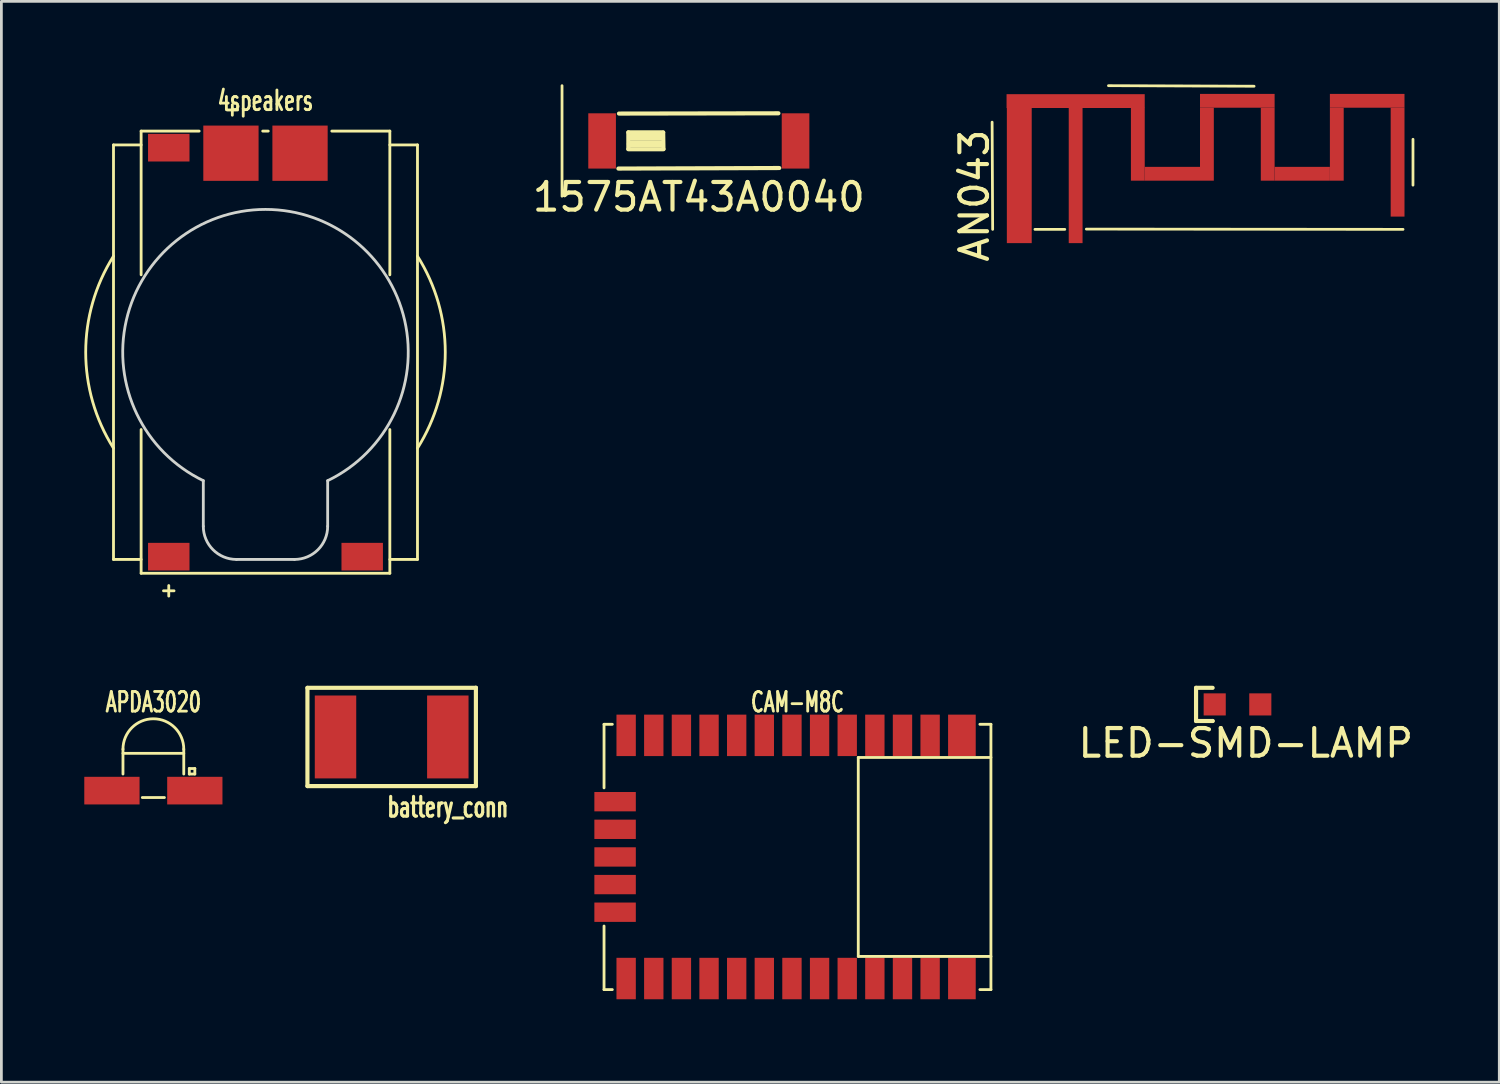
<source format=kicad_pcb>
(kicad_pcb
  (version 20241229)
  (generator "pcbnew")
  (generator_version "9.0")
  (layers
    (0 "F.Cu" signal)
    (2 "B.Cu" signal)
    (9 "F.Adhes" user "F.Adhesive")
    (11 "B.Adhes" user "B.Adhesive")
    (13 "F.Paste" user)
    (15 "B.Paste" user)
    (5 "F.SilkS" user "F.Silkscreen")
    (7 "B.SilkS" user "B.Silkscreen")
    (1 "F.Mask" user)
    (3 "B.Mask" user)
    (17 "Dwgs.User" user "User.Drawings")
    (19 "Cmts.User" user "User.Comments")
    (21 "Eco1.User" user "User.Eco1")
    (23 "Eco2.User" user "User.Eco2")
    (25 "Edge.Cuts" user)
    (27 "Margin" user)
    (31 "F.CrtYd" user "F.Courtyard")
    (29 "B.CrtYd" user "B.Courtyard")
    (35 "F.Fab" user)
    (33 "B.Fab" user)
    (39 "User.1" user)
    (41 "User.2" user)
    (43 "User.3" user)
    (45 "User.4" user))
  (footprint "battery_conn"
    (layer "F.Cu")
    (at 11.123 23.618)
    (property "Reference" "battery_conn" (at 2.032 2.54 0) (layer "F.SilkS") (effects (font (size 0.711 0.457) (thickness 0.114))))
    (attr through_hole)
    (fp_line (start -3.048 -1.778) (end 3.048 -1.778) (stroke (width 0.15) (type solid)) (layer "F.SilkS"))
    (fp_line (start -3.048 1.778) (end -3.048 -1.778) (stroke (width 0.15) (type solid)) (layer "F.SilkS"))
    (fp_line (start 3.048 -1.778) (end 3.048 -1.778) (stroke (width 0.15) (type solid)) (layer "F.SilkS"))
    (fp_line (start 3.048 -1.778) (end 3.048 1.778) (stroke (width 0.15) (type solid)) (layer "F.SilkS"))
    (fp_line (start 3.048 1.778) (end -3.048 1.778) (stroke (width 0.15) (type solid)) (layer "F.SilkS"))
    (pad "1" smd rect (at -2.032 0) (size 1.5 3) (layers "F.Cu" "F.Mask" "F.Paste"))
    (pad "2" smd rect (at 2.032 0) (size 1.5 3) (layers "F.Cu" "F.Mask" "F.Paste")))
  (footprint "APDA3020"
    (layer "F.Cu")
    (at 2.5 25.56)
    (property "Reference" "APDA3020" (at 0 -3.2 0) (layer "F.SilkS") (effects (font (size 0.711 0.457) (thickness 0.102))))
    (attr through_hole)
    (fp_line (start -1.1 -1.35) (end 1.1 -1.35) (stroke (width 0.102) (type solid)) (layer "F.SilkS"))
    (fp_line (start -1.1 -0.6) (end -1.1 -1.5) (stroke (width 0.102) (type solid)) (layer "F.SilkS"))
    (fp_line (start -0.4 0.25) (end 0.4 0.25) (stroke (width 0.102) (type solid)) (layer "F.SilkS"))
    (fp_line (start 1.1 -1.5) (end 1.1 -0.6) (stroke (width 0.102) (type solid)) (layer "F.SilkS"))
    (fp_line (start 1.3 -0.8) (end 1.5 -0.8) (stroke (width 0.102) (type solid)) (layer "F.SilkS"))
    (fp_line (start 1.3 -0.6) (end 1.3 -0.8) (stroke (width 0.102) (type solid)) (layer "F.SilkS"))
    (fp_line (start 1.5 -0.8) (end 1.5 -0.6) (stroke (width 0.102) (type solid)) (layer "F.SilkS"))
    (fp_line (start 1.5 -0.6) (end 1.3 -0.6) (stroke (width 0.102) (type solid)) (layer "F.SilkS"))
    (fp_arc (start -1.1 -1.5) (mid 0 -2.6) (end 1.1 -1.5) (stroke (width 0.1016) (type solid)) (layer "F.SilkS"))
    (pad "1" smd rect (at -1.5 0) (size 2 1) (layers "F.Cu" "F.Mask" "F.Paste"))
    (pad "2" smd rect (at 1.5 0) (size 2 1) (layers "F.Cu" "F.Mask" "F.Paste")))
  (footprint "4speakers"
    (layer "F.Cu")
    (at 6.557 9.694)
    (property "Reference" "4speakers" (at 0 -9.1 0) (layer "F.SilkS") (effects (font (size 0.711 0.457) (thickness 0.102))))
    (attr through_hole)
    (fp_line (start -5.5 -7.5) (end -4.5 -7.5) (stroke (width 0.102) (type solid)) (layer "F.SilkS"))
    (fp_line (start -5.5 7.5) (end -5.5 -7.5) (stroke (width 0.102) (type solid)) (layer "F.SilkS"))
    (fp_line (start -4.5 -8) (end -4.5 -2.8) (stroke (width 0.102) (type solid)) (layer "F.SilkS"))
    (fp_line (start -4.5 -8) (end -2.4 -8) (stroke (width 0.102) (type solid)) (layer "F.SilkS"))
    (fp_line (start -4.5 7.5) (end -5.5 7.5) (stroke (width 0.102) (type solid)) (layer "F.SilkS"))
    (fp_line (start -4.5 8) (end -4.5 2.8) (stroke (width 0.102) (type solid)) (layer "F.SilkS"))
    (fp_line (start -4.5 8) (end 4.5 8) (stroke (width 0.102) (type solid)) (layer "F.SilkS"))
    (fp_line (start -0.1 -8) (end 0.1 -8) (stroke (width 0.102) (type solid)) (layer "F.SilkS"))
    (fp_line (start 4.5 -8) (end 2.4 -8) (stroke (width 0.102) (type solid)) (layer "F.SilkS"))
    (fp_line (start 4.5 -8) (end 4.5 -2.8) (stroke (width 0.102) (type solid)) (layer "F.SilkS"))
    (fp_line (start 4.5 -7.5) (end 5.5 -7.5) (stroke (width 0.102) (type solid)) (layer "F.SilkS"))
    (fp_line (start 4.5 8) (end 4.5 2.8) (stroke (width 0.102) (type solid)) (layer "F.SilkS"))
    (fp_line (start 5.5 -7.5) (end 5.5 7.5) (stroke (width 0.102) (type solid)) (layer "F.SilkS"))
    (fp_line (start 5.5 7.5) (end 4.5 7.5) (stroke (width 0.102) (type solid)) (layer "F.SilkS"))
    (fp_arc (start -5.5 3.475) (mid -6.505815 0) (end -5.5 -3.475) (stroke (width 0.1016) (type solid)) (layer "F.SilkS"))
    (fp_arc (start 5.5 -3.475) (mid 6.505815 0) (end 5.5 3.475) (stroke (width 0.1016) (type solid)) (layer "F.SilkS"))
    (fp_line (start -2.25 4.65) (end -2.25 6.3) (stroke (width 0.102) (type solid)) (layer "Edge.Cuts"))
    (fp_line (start -1.05 7.5) (end 1.05 7.5) (stroke (width 0.102) (type solid)) (layer "Edge.Cuts"))
    (fp_line (start 2.25 4.65) (end 2.25 6.3) (stroke (width 0.102) (type solid)) (layer "Edge.Cuts"))
    (fp_arc (start -2.25 4.65) (mid 0 -5.165753) (end 2.25 4.65) (stroke (width 0.1016) (type solid)) (layer "Edge.Cuts"))
    (fp_arc (start -1.05 7.5) (mid -1.898528 7.148528) (end -2.25 6.3) (stroke (width 0.1016) (type solid)) (layer "Edge.Cuts"))
    (fp_arc (start 2.25 6.3) (mid 1.898528 7.148528) (end 1.05 7.5) (stroke (width 0.1016) (type solid)) (layer "Edge.Cuts"))
    (fp_text user "+" (at -1.2 -8.8 0) (layer "F.SilkS") (effects (font (size 0.5 0.5) (thickness 0.102))))
    (fp_text user "+" (at -3.5 8.6 0) (layer "F.SilkS") (effects (font (size 0.5 0.5) (thickness 0.102))))
    (pad "1" smd rect (at -3.5 7.4) (size 1.5 1) (layers "F.Cu" "F.Mask" "F.Paste"))
    (pad "1" smd rect (at -1.25 -7.2) (size 2 2) (layers "F.Cu" "F.Mask" "F.Paste"))
    (pad "2" smd rect (at -3.5 -7.4) (size 1.5 1) (layers "F.Cu" "F.Mask" "F.Paste"))
    (pad "2" smd rect (at 1.25 -7.2) (size 2 2) (layers "F.Cu" "F.Mask" "F.Paste"))
    (pad "2" smd rect (at 3.5 7.4) (size 1.5 1) (layers "F.Cu" "F.Mask" "F.Paste")))
  (footprint "LED-SMD-LAMP"
    (layer "F.Cu")
    (at 41.731 22.44)
    (property "Reference" "LED-SMD-LAMP" (at 0.3 1.4 0) (layer "F.SilkS") (effects (font (size 1 1) (thickness 0.15))))
    (attr through_hole)
    (fp_line (start -1.5 -0.6) (end -1.5 0.6) (stroke (width 0.15) (type solid)) (layer "F.SilkS"))
    (fp_line (start -1.5 0.6) (end -0.9 0.6) (stroke (width 0.15) (type solid)) (layer "F.SilkS"))
    (fp_line (start -0.9 -0.6) (end -1.5 -0.6) (stroke (width 0.15) (type solid)) (layer "F.SilkS"))
    (fp_line (start -0.9 0.6) (end -0.9 0.6) (stroke (width 0.15) (type solid)) (layer "F.SilkS"))
    (pad "1" smd rect (at 0.825 0) (size 0.8 0.8) (layers "F.Cu" "F.Mask" "F.Paste"))
    (pad "2" smd rect (at -0.825 0) (size 0.8 0.8) (layers "F.Cu" "F.Mask" "F.Paste")))
  (footprint "AN043"
    (layer "F.Cu")
    (at 35.871 5.75)
    (property "Reference" "AN043" (at -3.66 -1.72 90) (layer "F.SilkS") (effects (font (size 1 1) (thickness 0.15))))
    (attr through_hole)
    (fp_line (start -3 -0.5) (end -3.02 -4.38) (stroke (width 0.1) (type solid)) (layer "F.SilkS"))
    (fp_line (start -1.47 -0.5) (end -0.39 -0.5) (stroke (width 0.1) (type solid)) (layer "F.SilkS"))
    (fp_line (start 0.39 -0.51) (end 11.85 -0.5) (stroke (width 0.1) (type solid)) (layer "F.SilkS"))
    (fp_line (start 1.19 -5.7) (end 6.46 -5.68) (stroke (width 0.1) (type solid)) (layer "F.SilkS"))
    (fp_line (start 12.21 -3.76) (end 12.21 -2.1) (stroke (width 0.1) (type solid)) (layer "F.SilkS"))
    (pad "1" smd rect (at 0.003 -5.142 90) (size 0.5 5) (layers "F.Cu" "F.Mask" "F.Paste"))
    (pad "1" smd rect (at 0.003 -2.452) (size 0.5 4.9) (layers "F.Cu" "F.Mask" "F.Paste"))
    (pad "1" smd rect (at 2.253 -3.582 180) (size 0.5 2.64) (layers "F.Cu" "F.Mask" "F.Paste"))
    (pad "1" smd rect (at 3.503 -2.512 270) (size 0.5 2) (layers "F.Cu" "F.Mask" "F.Paste"))
    (pad "1" smd rect (at 4.753 -3.582 180) (size 0.5 2.64) (layers "F.Cu" "F.Mask" "F.Paste"))
    (pad "1" smd rect (at 5.853 -5.152 270) (size 0.5 2.7) (layers "F.Cu" "F.Mask" "F.Paste"))
    (pad "1" smd rect (at 6.953 -3.582) (size 0.5 2.64) (layers "F.Cu" "F.Mask" "F.Paste"))
    (pad "1" smd rect (at 8.203 -2.512 90) (size 0.5 2) (layers "F.Cu" "F.Mask" "F.Paste"))
    (pad "1" smd rect (at 9.453 -3.582) (size 0.5 2.64) (layers "F.Cu" "F.Mask" "F.Paste"))
    (pad "1" smd rect (at 10.553 -5.152 90) (size 0.5 2.7) (layers "F.Cu" "F.Mask" "F.Paste"))
    (pad "1" smd rect (at 11.653 -2.932 180) (size 0.5 3.94) (layers "F.Cu" "F.Mask" "F.Paste"))
    (pad "2" smd rect (at -2.037 -2.452 180) (size 0.9 4.9) (layers "F.Cu" "F.Mask" "F.Paste")))
  (footprint "CAM-M8C"
    (layer "F.Cu")
    (at 25.808 27.96)
    (property "Reference" "CAM-M8C" (at 0 -5.6 0) (layer "F.SilkS") (effects (font (size 0.711 0.457) (thickness 0.102))))
    (attr through_hole)
    (fp_line (start -7 -4.8) (end -7 -2.5) (stroke (width 0.102) (type solid)) (layer "F.SilkS"))
    (fp_line (start -7 -4.8) (end -6.7 -4.8) (stroke (width 0.102) (type solid)) (layer "F.SilkS"))
    (fp_line (start -7 4.8) (end -7 2.5) (stroke (width 0.102) (type solid)) (layer "F.SilkS"))
    (fp_line (start -7 4.8) (end -6.7 4.8) (stroke (width 0.102) (type solid)) (layer "F.SilkS"))
    (fp_line (start 2.2 -3.6) (end 2.2 3.6) (stroke (width 0.102) (type solid)) (layer "F.SilkS"))
    (fp_line (start 2.2 3.6) (end 7 3.6) (stroke (width 0.102) (type solid)) (layer "F.SilkS"))
    (fp_line (start 7 -4.8) (end 6.6 -4.8) (stroke (width 0.102) (type solid)) (layer "F.SilkS"))
    (fp_line (start 7 -4.8) (end 7 4.8) (stroke (width 0.102) (type solid)) (layer "F.SilkS"))
    (fp_line (start 7 -3.6) (end 2.2 -3.6) (stroke (width 0.102) (type solid)) (layer "F.SilkS"))
    (fp_line (start 7 4.8) (end 6.6 4.8) (stroke (width 0.102) (type solid)) (layer "F.SilkS"))
    (pad "1" smd rect (at -6.2 4.4) (size 0.7 1.5) (layers "F.Cu" "F.Mask" "F.Paste"))
    (pad "2" smd rect (at -5.2 4.4) (size 0.7 1.5) (layers "F.Cu" "F.Mask" "F.Paste"))
    (pad "3" smd rect (at -4.2 4.4) (size 0.7 1.5) (layers "F.Cu" "F.Mask" "F.Paste"))
    (pad "4" smd rect (at -3.2 4.4) (size 0.7 1.5) (layers "F.Cu" "F.Mask" "F.Paste"))
    (pad "5" smd rect (at -2.2 4.4) (size 0.7 1.5) (layers "F.Cu" "F.Mask" "F.Paste"))
    (pad "6" smd rect (at -1.2 4.4) (size 0.7 1.5) (layers "F.Cu" "F.Mask" "F.Paste"))
    (pad "7" smd rect (at -0.2 4.4) (size 0.7 1.5) (layers "F.Cu" "F.Mask" "F.Paste"))
    (pad "8" smd rect (at 0.8 4.4) (size 0.7 1.5) (layers "F.Cu" "F.Mask" "F.Paste"))
    (pad "9" smd rect (at 1.8 4.4) (size 0.7 1.5) (layers "F.Cu" "F.Mask" "F.Paste"))
    (pad "10" smd rect (at 2.8 4.4) (size 0.7 1.5) (layers "F.Cu" "F.Mask" "F.Paste"))
    (pad "11" smd rect (at 3.8 4.4) (size 0.7 1.5) (layers "F.Cu" "F.Mask" "F.Paste"))
    (pad "12" smd rect (at 4.8 4.4) (size 0.7 1.5) (layers "F.Cu" "F.Mask" "F.Paste"))
    (pad "13" smd rect (at 5.95 4.4) (size 1 1.5) (layers "F.Cu" "F.Mask" "F.Paste"))
    (pad "14" smd rect (at 5.95 -4.4) (size 1 1.5) (layers "F.Cu" "F.Mask" "F.Paste"))
    (pad "15" smd rect (at 4.8 -4.4) (size 0.7 1.5) (layers "F.Cu" "F.Mask" "F.Paste"))
    (pad "16" smd rect (at 3.8 -4.4) (size 0.7 1.5) (layers "F.Cu" "F.Mask" "F.Paste"))
    (pad "17" smd rect (at 2.8 -4.4) (size 0.7 1.5) (layers "F.Cu" "F.Mask" "F.Paste"))
    (pad "18" smd rect (at 1.8 -4.4) (size 0.7 1.5) (layers "F.Cu" "F.Mask" "F.Paste"))
    (pad "19" smd rect (at 0.8 -4.4) (size 0.7 1.5) (layers "F.Cu" "F.Mask" "F.Paste"))
    (pad "20" smd rect (at -0.2 -4.4) (size 0.7 1.5) (layers "F.Cu" "F.Mask" "F.Paste"))
    (pad "21" smd rect (at -1.2 -4.4) (size 0.7 1.5) (layers "F.Cu" "F.Mask" "F.Paste"))
    (pad "22" smd rect (at -2.2 -4.4) (size 0.7 1.5) (layers "F.Cu" "F.Mask" "F.Paste"))
    (pad "23" smd rect (at -3.2 -4.4) (size 0.7 1.5) (layers "F.Cu" "F.Mask" "F.Paste"))
    (pad "24" smd rect (at -4.2 -4.4) (size 0.7 1.5) (layers "F.Cu" "F.Mask" "F.Paste"))
    (pad "25" smd rect (at -5.2 -4.4) (size 0.7 1.5) (layers "F.Cu" "F.Mask" "F.Paste"))
    (pad "26" smd rect (at -6.2 -4.4) (size 0.7 1.5) (layers "F.Cu" "F.Mask" "F.Paste"))
    (pad "27" smd rect (at -6.6 -2 90) (size 0.7 1.5) (layers "F.Cu" "F.Mask" "F.Paste"))
    (pad "28" smd rect (at -6.6 -1 270) (size 0.7 1.5) (layers "F.Cu" "F.Mask" "F.Paste"))
    (pad "29" smd rect (at -6.6 0 90) (size 0.7 1.5) (layers "F.Cu" "F.Mask" "F.Paste"))
    (pad "30" smd rect (at -6.6 1 90) (size 0.7 1.5) (layers "F.Cu" "F.Mask" "F.Paste"))
    (pad "31" smd rect (at -6.6 2 90) (size 0.7 1.5) (layers "F.Cu" "F.Mask" "F.Paste")))
  (footprint "1575AT43A0040"
    (layer "F.Cu")
    (at 22.238 2.05)
    (property "Reference" "1575AT43A0040" (at 0 2.03 0) (layer "F.SilkS") (effects (font (size 1 1) (thickness 0.15))))
    (attr through_hole)
    (fp_line (start -4.95 -2) (end -4.95 2) (stroke (width 0.1) (type solid)) (layer "F.SilkS"))
    (fp_line (start -2.91 1) (end 2.91 0.98) (stroke (width 0.15) (type solid)) (layer "F.SilkS"))
    (fp_line (start -2.89 -0.99) (end 2.88 -1) (stroke (width 0.15) (type solid)) (layer "F.SilkS"))
    (fp_line (start -2.55 -0.31) (end -1.29 -0.31) (stroke (width 0.15) (type solid)) (layer "F.SilkS"))
    (fp_line (start -2.55 0.29) (end -2.55 -0.31) (stroke (width 0.15) (type solid)) (layer "F.SilkS"))
    (fp_line (start -2.48 0.11) (end -1.4 0.11) (stroke (width 0.25) (type solid)) (layer "F.SilkS"))
    (fp_line (start -2.45 -0.13) (end -1.37 -0.13) (stroke (width 0.25) (type solid)) (layer "F.SilkS"))
    (fp_line (start -1.29 -0.3) (end -1.28 0.29) (stroke (width 0.15) (type solid)) (layer "F.SilkS"))
    (fp_line (start -1.28 0.3) (end -2.55 0.3) (stroke (width 0.15) (type solid)) (layer "F.SilkS"))
    (pad "1" smd rect (at -3.5 0) (size 1 2) (layers "F.Cu" "F.Mask" "F.Paste"))
    (pad "2" smd rect (at 3.5 0) (size 1 2) (layers "F.Cu" "F.Mask" "F.Paste")))
  (gr_rect
    (start -3 -3)
    (end 51.204 36.11)
    (stroke (width 0.1) (type default))
    (fill no)
    (layer "Edge.Cuts")))
</source>
